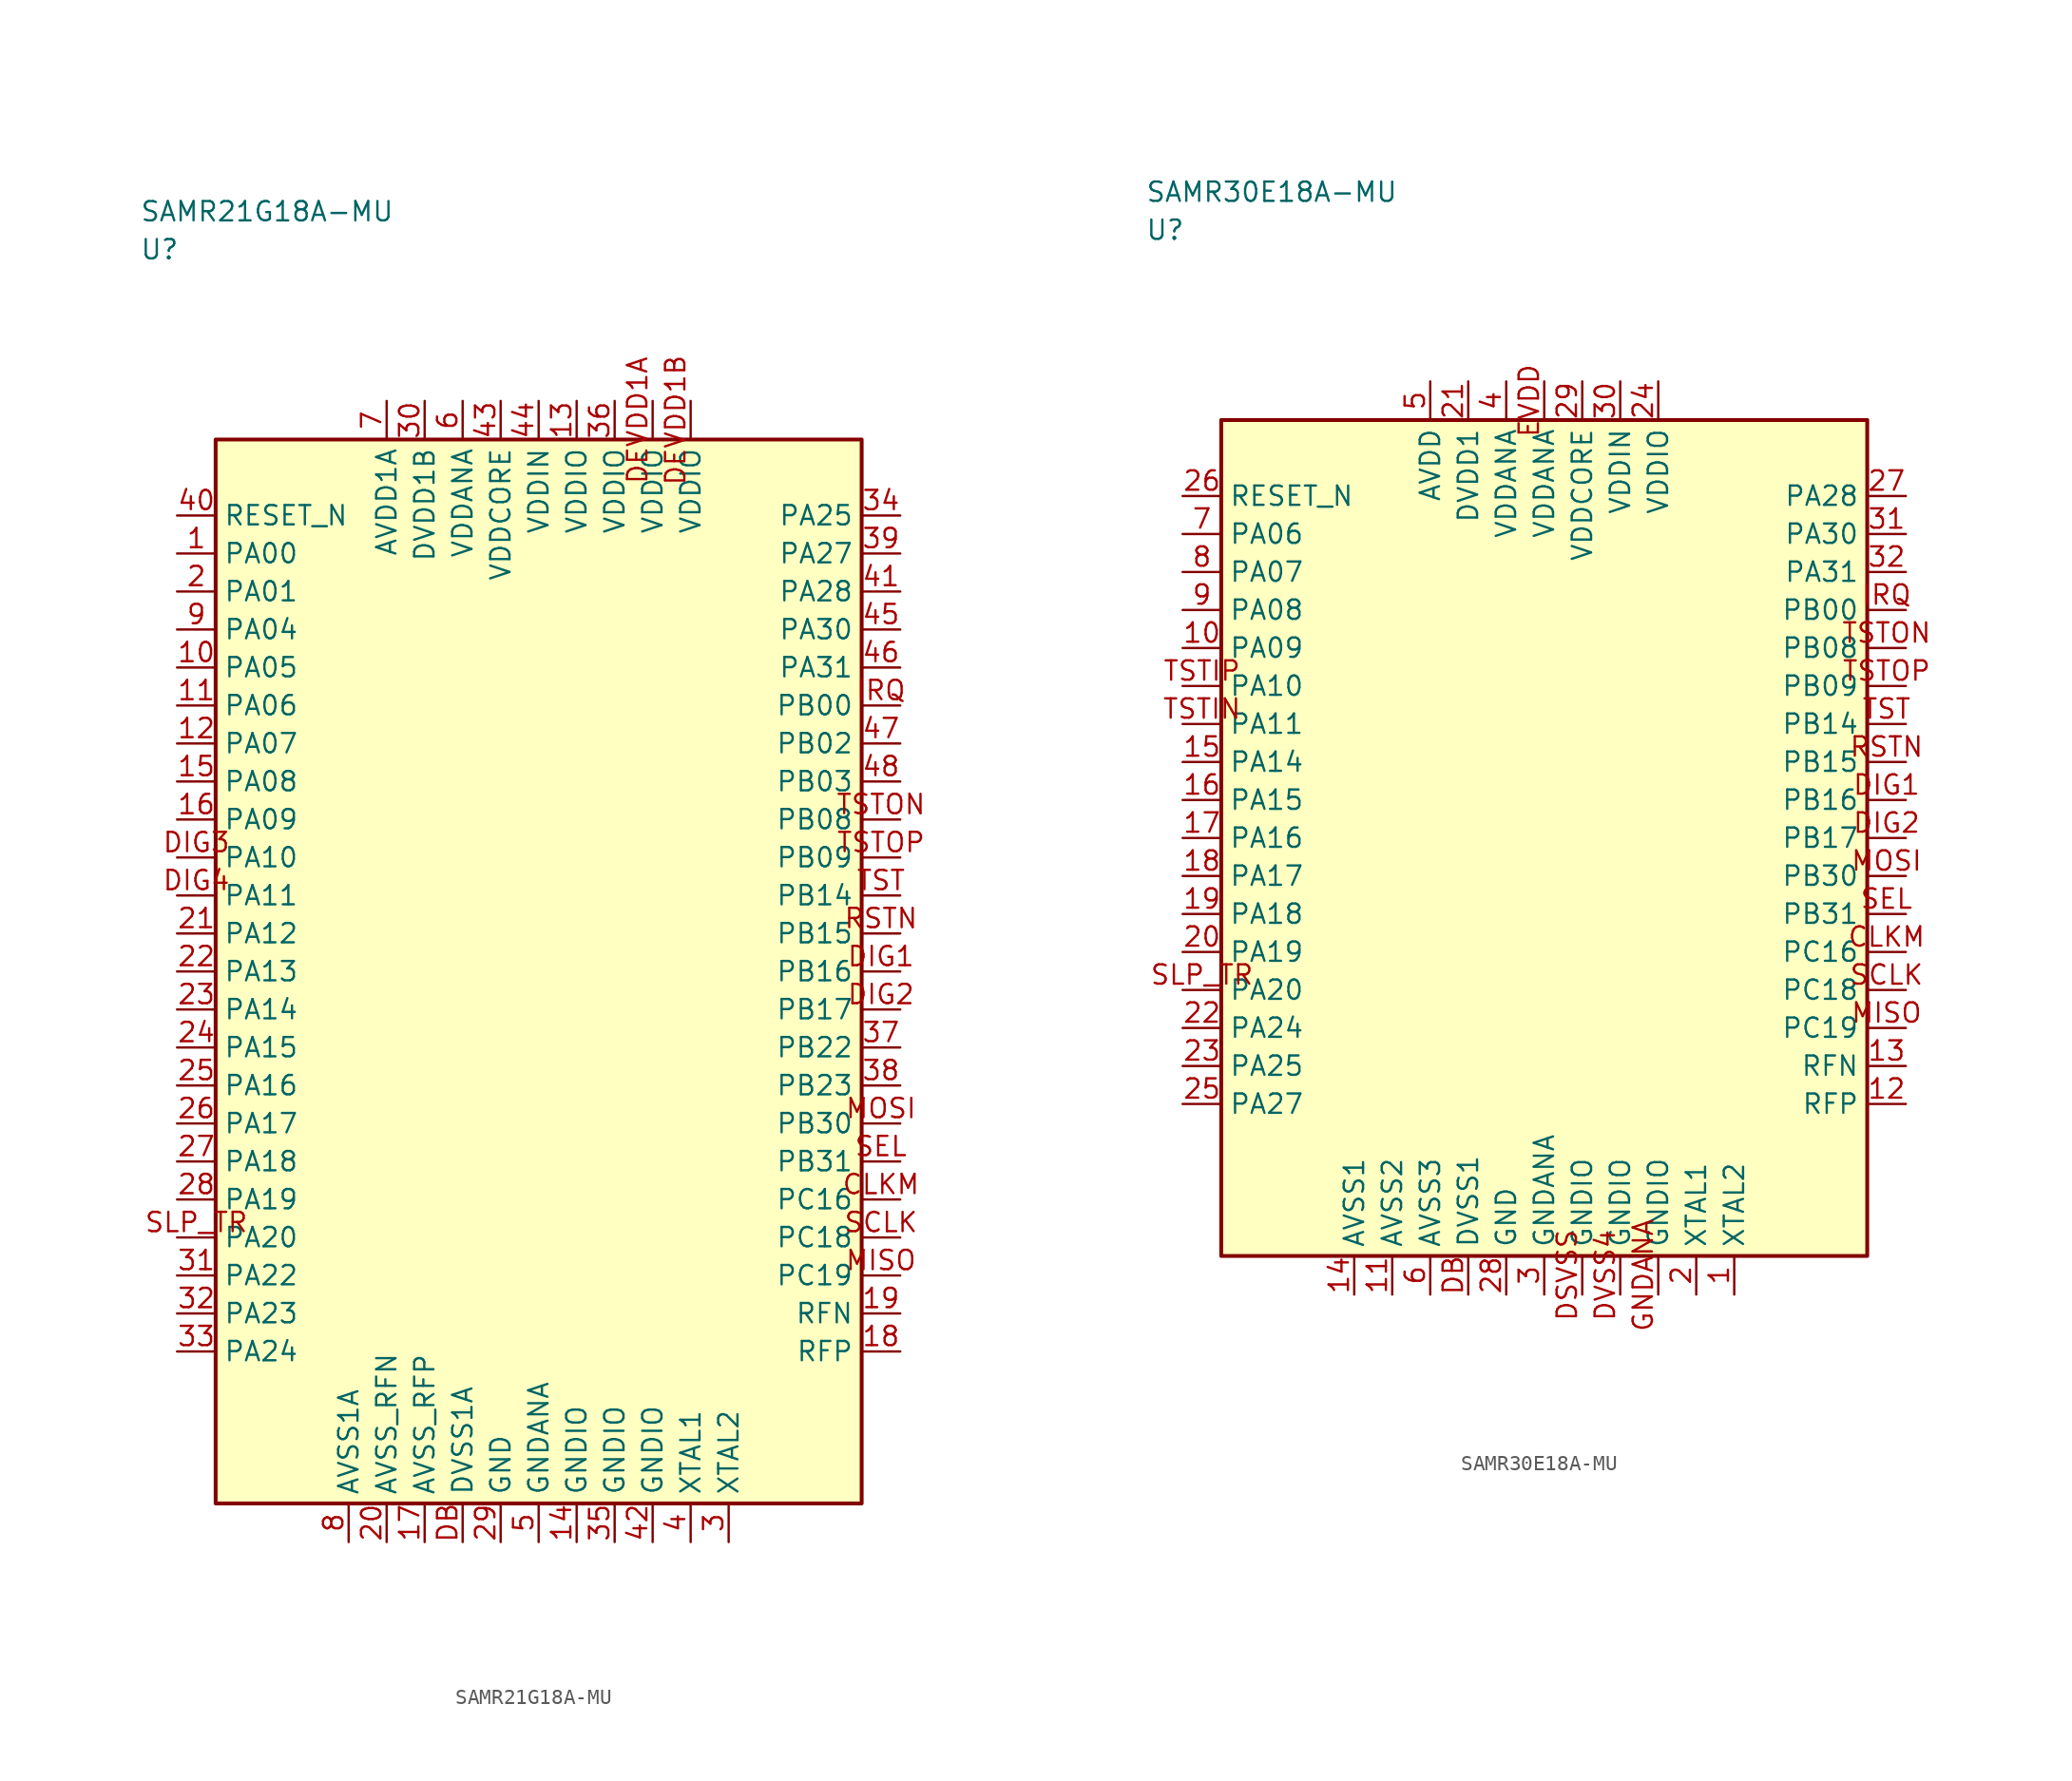
<source format=kicad_sym>
(kicad_symbol_lib
  (version 20241025)
  (generator "kicad_symbol_editor")
  (generator_version "8.0")
  (symbol "SAMR21G18A-MU"
    (property "Reference" "U"
      (at -26.25 47.5 0)
      (effects (font (size 1.27 1.27)) (justify left)))
    (property "Value" "SAMR21G18A-MU"
      (at -26.25 50.0 0)
      (effects (font (size 1.27 1.27)) (justify left)))
    (symbol "SAMR21G18A-MU_0_1"
      (rectangle (start -21.25 35.0) (end 21.25 -35.0) (stroke (width 0.254) (type default)) (fill (type background))))
    (symbol "SAMR21G18A-MU_1_1"
      (pin bidirectional line (at -23.79 27.5 0.0) (length 2.54) (name "PA00" (effects (font (size 1.27 1.27)))) (number "1" (effects (font (size 1.27 1.27)))))
      (pin bidirectional line (at -23.79 25.0 0.0) (length 2.54) (name "PA01" (effects (font (size 1.27 1.27)))) (number "2" (effects (font (size 1.27 1.27)))))
      (pin passive line (at 12.5 -37.54 90.0) (length 2.54) (name "XTAL2" (effects (font (size 1.27 1.27)))) (number "3" (effects (font (size 1.27 1.27)))))
      (pin passive line (at 10.0 -37.54 90.0) (length 2.54) (name "XTAL1" (effects (font (size 1.27 1.27)))) (number "4" (effects (font (size 1.27 1.27)))))
      (pin passive line (at 0.0 -37.54 90.0) (length 2.54) (name "GNDANA" (effects (font (size 1.27 1.27)))) (number "5" (effects (font (size 1.27 1.27)))))
      (pin power_in line (at -5.0 37.54 270.0) (length 2.54) (name "VDDANA" (effects (font (size 1.27 1.27)))) (number "6" (effects (font (size 1.27 1.27)))))
      (pin power_in line (at -10.0 37.54 270.0) (length 2.54) (name "AVDD1A" (effects (font (size 1.27 1.27)))) (number "7" (effects (font (size 1.27 1.27)))))
      (pin passive line (at -12.5 -37.54 90.0) (length 2.54) (name "AVSS1A" (effects (font (size 1.27 1.27)))) (number "8" (effects (font (size 1.27 1.27)))))
      (pin bidirectional line (at -23.79 22.5 0.0) (length 2.54) (name "PA04" (effects (font (size 1.27 1.27)))) (number "9" (effects (font (size 1.27 1.27)))))
      (pin bidirectional line (at -23.79 20.0 0.0) (length 2.54) (name "PA05" (effects (font (size 1.27 1.27)))) (number "10" (effects (font (size 1.27 1.27)))))
      (pin bidirectional line (at -23.79 17.5 0.0) (length 2.54) (name "PA06" (effects (font (size 1.27 1.27)))) (number "11" (effects (font (size 1.27 1.27)))))
      (pin bidirectional line (at -23.79 15.0 0.0) (length 2.54) (name "PA07" (effects (font (size 1.27 1.27)))) (number "12" (effects (font (size 1.27 1.27)))))
      (pin power_in line (at 2.5 37.54 270.0) (length 2.54) (name "VDDIO" (effects (font (size 1.27 1.27)))) (number "13" (effects (font (size 1.27 1.27)))))
      (pin passive line (at 2.5 -37.54 90.0) (length 2.54) (name "GNDIO" (effects (font (size 1.27 1.27)))) (number "14" (effects (font (size 1.27 1.27)))))
      (pin bidirectional line (at -23.79 12.5 0.0) (length 2.54) (name "PA08" (effects (font (size 1.27 1.27)))) (number "15" (effects (font (size 1.27 1.27)))))
      (pin bidirectional line (at -23.79 10.0 0.0) (length 2.54) (name "PA09" (effects (font (size 1.27 1.27)))) (number "16" (effects (font (size 1.27 1.27)))))
      (pin passive line (at -7.5 -37.54 90.0) (length 2.54) (name "AVSS_RFP" (effects (font (size 1.27 1.27)))) (number "17" (effects (font (size 1.27 1.27)))))
      (pin bidirectional line (at 23.79 -25.0 180.0) (length 2.54) (name "RFP" (effects (font (size 1.27 1.27)))) (number "18" (effects (font (size 1.27 1.27)))))
      (pin bidirectional line (at 23.79 -22.5 180.0) (length 2.54) (name "RFN" (effects (font (size 1.27 1.27)))) (number "19" (effects (font (size 1.27 1.27)))))
      (pin passive line (at -10.0 -37.54 90.0) (length 2.54) (name "AVSS_RFN" (effects (font (size 1.27 1.27)))) (number "20" (effects (font (size 1.27 1.27)))))
      (pin bidirectional line (at -23.79 2.5 0.0) (length 2.54) (name "PA12" (effects (font (size 1.27 1.27)))) (number "21" (effects (font (size 1.27 1.27)))))
      (pin bidirectional line (at -23.79 0.0 0.0) (length 2.54) (name "PA13" (effects (font (size 1.27 1.27)))) (number "22" (effects (font (size 1.27 1.27)))))
      (pin bidirectional line (at -23.79 -2.5 0.0) (length 2.54) (name "PA14" (effects (font (size 1.27 1.27)))) (number "23" (effects (font (size 1.27 1.27)))))
      (pin bidirectional line (at -23.79 -5.0 0.0) (length 2.54) (name "PA15" (effects (font (size 1.27 1.27)))) (number "24" (effects (font (size 1.27 1.27)))))
      (pin bidirectional line (at -23.79 -7.5 0.0) (length 2.54) (name "PA16" (effects (font (size 1.27 1.27)))) (number "25" (effects (font (size 1.27 1.27)))))
      (pin bidirectional line (at -23.79 -10.0 0.0) (length 2.54) (name "PA17" (effects (font (size 1.27 1.27)))) (number "26" (effects (font (size 1.27 1.27)))))
      (pin bidirectional line (at -23.79 -12.5 0.0) (length 2.54) (name "PA18" (effects (font (size 1.27 1.27)))) (number "27" (effects (font (size 1.27 1.27)))))
      (pin bidirectional line (at -23.79 -15.0 0.0) (length 2.54) (name "PA19" (effects (font (size 1.27 1.27)))) (number "28" (effects (font (size 1.27 1.27)))))
      (pin passive line (at -2.5 -37.54 90.0) (length 2.54) (name "GND" (effects (font (size 1.27 1.27)))) (number "29" (effects (font (size 1.27 1.27)))))
      (pin power_in line (at -7.5 37.54 270.0) (length 2.54) (name "DVDD1B" (effects (font (size 1.27 1.27)))) (number "30" (effects (font (size 1.27 1.27)))))
      (pin bidirectional line (at -23.79 -20.0 0.0) (length 2.54) (name "PA22" (effects (font (size 1.27 1.27)))) (number "31" (effects (font (size 1.27 1.27)))))
      (pin bidirectional line (at -23.79 -22.5 0.0) (length 2.54) (name "PA23" (effects (font (size 1.27 1.27)))) (number "32" (effects (font (size 1.27 1.27)))))
      (pin bidirectional line (at -23.79 -25.0 0.0) (length 2.54) (name "PA24" (effects (font (size 1.27 1.27)))) (number "33" (effects (font (size 1.27 1.27)))))
      (pin bidirectional line (at 23.79 30.0 180.0) (length 2.54) (name "PA25" (effects (font (size 1.27 1.27)))) (number "34" (effects (font (size 1.27 1.27)))))
      (pin passive line (at 5.0 -37.54 90.0) (length 2.54) (name "GNDIO" (effects (font (size 1.27 1.27)))) (number "35" (effects (font (size 1.27 1.27)))))
      (pin power_in line (at 5.0 37.54 270.0) (length 2.54) (name "VDDIO" (effects (font (size 1.27 1.27)))) (number "36" (effects (font (size 1.27 1.27)))))
      (pin bidirectional line (at 23.79 -5.0 180.0) (length 2.54) (name "PB22" (effects (font (size 1.27 1.27)))) (number "37" (effects (font (size 1.27 1.27)))))
      (pin bidirectional line (at 23.79 -7.5 180.0) (length 2.54) (name "PB23" (effects (font (size 1.27 1.27)))) (number "38" (effects (font (size 1.27 1.27)))))
      (pin bidirectional line (at 23.79 27.5 180.0) (length 2.54) (name "PA27" (effects (font (size 1.27 1.27)))) (number "39" (effects (font (size 1.27 1.27)))))
      (pin input line (at -23.79 30.0 0.0) (length 2.54) (name "RESET_N" (effects (font (size 1.27 1.27)))) (number "40" (effects (font (size 1.27 1.27)))))
      (pin bidirectional line (at 23.79 25.0 180.0) (length 2.54) (name "PA28" (effects (font (size 1.27 1.27)))) (number "41" (effects (font (size 1.27 1.27)))))
      (pin passive line (at 7.5 -37.54 90.0) (length 2.54) (name "GNDIO" (effects (font (size 1.27 1.27)))) (number "42" (effects (font (size 1.27 1.27)))))
      (pin power_in line (at -2.5 37.54 270.0) (length 2.54) (name "VDDCORE" (effects (font (size 1.27 1.27)))) (number "43" (effects (font (size 1.27 1.27)))))
      (pin power_in line (at 0.0 37.54 270.0) (length 2.54) (name "VDDIN" (effects (font (size 1.27 1.27)))) (number "44" (effects (font (size 1.27 1.27)))))
      (pin bidirectional line (at 23.79 22.5 180.0) (length 2.54) (name "PA30" (effects (font (size 1.27 1.27)))) (number "45" (effects (font (size 1.27 1.27)))))
      (pin bidirectional line (at 23.79 20.0 180.0) (length 2.54) (name "PA31" (effects (font (size 1.27 1.27)))) (number "46" (effects (font (size 1.27 1.27)))))
      (pin bidirectional line (at 23.79 15.0 180.0) (length 2.54) (name "PB02" (effects (font (size 1.27 1.27)))) (number "47" (effects (font (size 1.27 1.27)))))
      (pin bidirectional line (at 23.79 12.5 180.0) (length 2.54) (name "PB03" (effects (font (size 1.27 1.27)))) (number "48" (effects (font (size 1.27 1.27)))))
      (pin bidirectional line (at 23.79 -15.0 180.0) (length 2.54) (name "PC16" (effects (font (size 1.27 1.27)))) (number "CLKM" (effects (font (size 1.27 1.27)))))
      (pin passive line (at -5.0 -37.54 90.0) (length 2.54) (name "DVSS1A" (effects (font (size 1.27 1.27)))) (number "DB" (effects (font (size 1.27 1.27)))))
      (pin power_in line (at 7.5 37.54 270.0) (length 2.54) (name "VDDIO" (effects (font (size 1.27 1.27)))) (number "DEVDD1A" (effects (font (size 1.27 1.27)))))
      (pin power_in line (at 10.0 37.54 270.0) (length 2.54) (name "VDDIO" (effects (font (size 1.27 1.27)))) (number "DEVDD1B" (effects (font (size 1.27 1.27)))))
      (pin bidirectional line (at 23.79 0.0 180.0) (length 2.54) (name "PB16" (effects (font (size 1.27 1.27)))) (number "DIG1" (effects (font (size 1.27 1.27)))))
      (pin bidirectional line (at 23.79 -2.5 180.0) (length 2.54) (name "PB17" (effects (font (size 1.27 1.27)))) (number "DIG2" (effects (font (size 1.27 1.27)))))
      (pin bidirectional line (at -23.79 7.5 0.0) (length 2.54) (name "PA10" (effects (font (size 1.27 1.27)))) (number "DIG3" (effects (font (size 1.27 1.27)))))
      (pin bidirectional line (at -23.79 5.0 0.0) (length 2.54) (name "PA11" (effects (font (size 1.27 1.27)))) (number "DIG4" (effects (font (size 1.27 1.27)))))
      (pin bidirectional line (at 23.79 17.5 180.0) (length 2.54) (name "PB00" (effects (font (size 1.27 1.27)))) (number "IRQ" (effects (font (size 1.27 1.27)))))
      (pin bidirectional line (at 23.79 -20.0 180.0) (length 2.54) (name "PC19" (effects (font (size 1.27 1.27)))) (number "MISO" (effects (font (size 1.27 1.27)))))
      (pin bidirectional line (at 23.79 -10.0 180.0) (length 2.54) (name "PB30" (effects (font (size 1.27 1.27)))) (number "MOSI" (effects (font (size 1.27 1.27)))))
      (pin bidirectional line (at 23.79 2.5 180.0) (length 2.54) (name "PB15" (effects (font (size 1.27 1.27)))) (number "RSTN" (effects (font (size 1.27 1.27)))))
      (pin bidirectional line (at 23.79 -17.5 180.0) (length 2.54) (name "PC18" (effects (font (size 1.27 1.27)))) (number "SCLK" (effects (font (size 1.27 1.27)))))
      (pin bidirectional line (at 23.79 -12.5 180.0) (length 2.54) (name "PB31" (effects (font (size 1.27 1.27)))) (number "SEL" (effects (font (size 1.27 1.27)))))
      (pin bidirectional line (at -23.79 -17.5 0.0) (length 2.54) (name "PA20" (effects (font (size 1.27 1.27)))) (number "SLP_TR" (effects (font (size 1.27 1.27)))))
      (pin bidirectional line (at 23.79 5.0 180.0) (length 2.54) (name "PB14" (effects (font (size 1.27 1.27)))) (number "TST" (effects (font (size 1.27 1.27)))))
      (pin bidirectional line (at 23.79 10.0 180.0) (length 2.54) (name "PB08" (effects (font (size 1.27 1.27)))) (number "TSTON" (effects (font (size 1.27 1.27)))))
      (pin bidirectional line (at 23.79 7.5 180.0) (length 2.54) (name "PB09" (effects (font (size 1.27 1.27)))) (number "TSTOP" (effects (font (size 1.27 1.27)))))))
  (symbol "SAMR30E18A-MU"
    (property "Reference" "U"
      (at -26.25 40.0 0)
      (effects (font (size 1.27 1.27)) (justify left)))
    (property "Value" "SAMR30E18A-MU"
      (at -26.25 42.5 0)
      (effects (font (size 1.27 1.27)) (justify left)))
    (symbol "SAMR30E18A-MU_0_1"
      (rectangle (start -21.25 27.5) (end 21.25 -27.5) (stroke (width 0.254) (type default)) (fill (type background))))
    (symbol "SAMR30E18A-MU_1_1"
      (pin passive line (at 12.5 -30.04 90.0) (length 2.54) (name "XTAL2" (effects (font (size 1.27 1.27)))) (number "1" (effects (font (size 1.27 1.27)))))
      (pin passive line (at 10.0 -30.04 90.0) (length 2.54) (name "XTAL1" (effects (font (size 1.27 1.27)))) (number "2" (effects (font (size 1.27 1.27)))))
      (pin passive line (at 0.0 -30.04 90.0) (length 2.54) (name "GNDANA" (effects (font (size 1.27 1.27)))) (number "3" (effects (font (size 1.27 1.27)))))
      (pin power_in line (at -2.5 30.04 270.0) (length 2.54) (name "VDDANA" (effects (font (size 1.27 1.27)))) (number "4" (effects (font (size 1.27 1.27)))))
      (pin power_in line (at -7.5 30.04 270.0) (length 2.54) (name "AVDD" (effects (font (size 1.27 1.27)))) (number "5" (effects (font (size 1.27 1.27)))))
      (pin passive line (at -7.5 -30.04 90.0) (length 2.54) (name "AVSS3" (effects (font (size 1.27 1.27)))) (number "6" (effects (font (size 1.27 1.27)))))
      (pin bidirectional line (at -23.79 20.0 0.0) (length 2.54) (name "PA06" (effects (font (size 1.27 1.27)))) (number "7" (effects (font (size 1.27 1.27)))))
      (pin bidirectional line (at -23.79 17.5 0.0) (length 2.54) (name "PA07" (effects (font (size 1.27 1.27)))) (number "8" (effects (font (size 1.27 1.27)))))
      (pin bidirectional line (at -23.79 15.0 0.0) (length 2.54) (name "PA08" (effects (font (size 1.27 1.27)))) (number "9" (effects (font (size 1.27 1.27)))))
      (pin bidirectional line (at -23.79 12.5 0.0) (length 2.54) (name "PA09" (effects (font (size 1.27 1.27)))) (number "10" (effects (font (size 1.27 1.27)))))
      (pin passive line (at -10.0 -30.04 90.0) (length 2.54) (name "AVSS2" (effects (font (size 1.27 1.27)))) (number "11" (effects (font (size 1.27 1.27)))))
      (pin bidirectional line (at 23.79 -17.5 180.0) (length 2.54) (name "RFP" (effects (font (size 1.27 1.27)))) (number "12" (effects (font (size 1.27 1.27)))))
      (pin bidirectional line (at 23.79 -15.0 180.0) (length 2.54) (name "RFN" (effects (font (size 1.27 1.27)))) (number "13" (effects (font (size 1.27 1.27)))))
      (pin passive line (at -12.5 -30.04 90.0) (length 2.54) (name "AVSS1" (effects (font (size 1.27 1.27)))) (number "14" (effects (font (size 1.27 1.27)))))
      (pin bidirectional line (at -23.79 5.0 0.0) (length 2.54) (name "PA14" (effects (font (size 1.27 1.27)))) (number "15" (effects (font (size 1.27 1.27)))))
      (pin bidirectional line (at -23.79 2.5 0.0) (length 2.54) (name "PA15" (effects (font (size 1.27 1.27)))) (number "16" (effects (font (size 1.27 1.27)))))
      (pin bidirectional line (at -23.79 0.0 0.0) (length 2.54) (name "PA16" (effects (font (size 1.27 1.27)))) (number "17" (effects (font (size 1.27 1.27)))))
      (pin bidirectional line (at -23.79 -2.5 0.0) (length 2.54) (name "PA17" (effects (font (size 1.27 1.27)))) (number "18" (effects (font (size 1.27 1.27)))))
      (pin bidirectional line (at -23.79 -5.0 0.0) (length 2.54) (name "PA18" (effects (font (size 1.27 1.27)))) (number "19" (effects (font (size 1.27 1.27)))))
      (pin bidirectional line (at -23.79 -7.5 0.0) (length 2.54) (name "PA19" (effects (font (size 1.27 1.27)))) (number "20" (effects (font (size 1.27 1.27)))))
      (pin power_in line (at -5.0 30.04 270.0) (length 2.54) (name "DVDD1" (effects (font (size 1.27 1.27)))) (number "21" (effects (font (size 1.27 1.27)))))
      (pin bidirectional line (at -23.79 -12.5 0.0) (length 2.54) (name "PA24" (effects (font (size 1.27 1.27)))) (number "22" (effects (font (size 1.27 1.27)))))
      (pin bidirectional line (at -23.79 -15.0 0.0) (length 2.54) (name "PA25" (effects (font (size 1.27 1.27)))) (number "23" (effects (font (size 1.27 1.27)))))
      (pin power_in line (at 7.5 30.04 270.0) (length 2.54) (name "VDDIO" (effects (font (size 1.27 1.27)))) (number "24" (effects (font (size 1.27 1.27)))))
      (pin bidirectional line (at -23.79 -17.5 0.0) (length 2.54) (name "PA27" (effects (font (size 1.27 1.27)))) (number "25" (effects (font (size 1.27 1.27)))))
      (pin input line (at -23.79 22.5 0.0) (length 2.54) (name "RESET_N" (effects (font (size 1.27 1.27)))) (number "26" (effects (font (size 1.27 1.27)))))
      (pin bidirectional line (at 23.79 22.5 180.0) (length 2.54) (name "PA28" (effects (font (size 1.27 1.27)))) (number "27" (effects (font (size 1.27 1.27)))))
      (pin passive line (at -2.5 -30.04 90.0) (length 2.54) (name "GND" (effects (font (size 1.27 1.27)))) (number "28" (effects (font (size 1.27 1.27)))))
      (pin power_in line (at 2.5 30.04 270.0) (length 2.54) (name "VDDCORE" (effects (font (size 1.27 1.27)))) (number "29" (effects (font (size 1.27 1.27)))))
      (pin power_in line (at 5.0 30.04 270.0) (length 2.54) (name "VDDIN" (effects (font (size 1.27 1.27)))) (number "30" (effects (font (size 1.27 1.27)))))
      (pin bidirectional line (at 23.79 20.0 180.0) (length 2.54) (name "PA30" (effects (font (size 1.27 1.27)))) (number "31" (effects (font (size 1.27 1.27)))))
      (pin bidirectional line (at 23.79 17.5 180.0) (length 2.54) (name "PA31" (effects (font (size 1.27 1.27)))) (number "32" (effects (font (size 1.27 1.27)))))
      (pin bidirectional line (at 23.79 -7.5 180.0) (length 2.54) (name "PC16" (effects (font (size 1.27 1.27)))) (number "CLKM" (effects (font (size 1.27 1.27)))))
      (pin passive line (at -5.0 -30.04 90.0) (length 2.54) (name "DVSS1" (effects (font (size 1.27 1.27)))) (number "DB" (effects (font (size 1.27 1.27)))))
      (pin bidirectional line (at 23.79 2.5 180.0) (length 2.54) (name "PB16" (effects (font (size 1.27 1.27)))) (number "DIG1" (effects (font (size 1.27 1.27)))))
      (pin bidirectional line (at 23.79 0.0 180.0) (length 2.54) (name "PB17" (effects (font (size 1.27 1.27)))) (number "DIG2" (effects (font (size 1.27 1.27)))))
      (pin passive line (at 2.5 -30.04 90.0) (length 2.54) (name "GNDIO" (effects (font (size 1.27 1.27)))) (number "DSVSS" (effects (font (size 1.27 1.27)))))
      (pin passive line (at 5.0 -30.04 90.0) (length 2.54) (name "GNDIO" (effects (font (size 1.27 1.27)))) (number "DVSS4" (effects (font (size 1.27 1.27)))))
      (pin power_in line (at 0.0 30.04 270.0) (length 2.54) (name "VDDANA" (effects (font (size 1.27 1.27)))) (number "EVDD" (effects (font (size 1.27 1.27)))))
      (pin passive line (at 7.5 -30.04 90.0) (length 2.54) (name "GNDIO" (effects (font (size 1.27 1.27)))) (number "GNDANA" (effects (font (size 1.27 1.27)))))
      (pin bidirectional line (at 23.79 15.0 180.0) (length 2.54) (name "PB00" (effects (font (size 1.27 1.27)))) (number "IRQ" (effects (font (size 1.27 1.27)))))
      (pin bidirectional line (at 23.79 -12.5 180.0) (length 2.54) (name "PC19" (effects (font (size 1.27 1.27)))) (number "MISO" (effects (font (size 1.27 1.27)))))
      (pin bidirectional line (at 23.79 -2.5 180.0) (length 2.54) (name "PB30" (effects (font (size 1.27 1.27)))) (number "MOSI" (effects (font (size 1.27 1.27)))))
      (pin bidirectional line (at 23.79 5.0 180.0) (length 2.54) (name "PB15" (effects (font (size 1.27 1.27)))) (number "RSTN" (effects (font (size 1.27 1.27)))))
      (pin bidirectional line (at 23.79 -10.0 180.0) (length 2.54) (name "PC18" (effects (font (size 1.27 1.27)))) (number "SCLK" (effects (font (size 1.27 1.27)))))
      (pin bidirectional line (at 23.79 -5.0 180.0) (length 2.54) (name "PB31" (effects (font (size 1.27 1.27)))) (number "SEL" (effects (font (size 1.27 1.27)))))
      (pin bidirectional line (at -23.79 -10.0 0.0) (length 2.54) (name "PA20" (effects (font (size 1.27 1.27)))) (number "SLP_TR" (effects (font (size 1.27 1.27)))))
      (pin bidirectional line (at 23.79 7.5 180.0) (length 2.54) (name "PB14" (effects (font (size 1.27 1.27)))) (number "TST" (effects (font (size 1.27 1.27)))))
      (pin bidirectional line (at -23.79 7.5 0.0) (length 2.54) (name "PA11" (effects (font (size 1.27 1.27)))) (number "TSTIN" (effects (font (size 1.27 1.27)))))
      (pin bidirectional line (at -23.79 10.0 0.0) (length 2.54) (name "PA10" (effects (font (size 1.27 1.27)))) (number "TSTIP" (effects (font (size 1.27 1.27)))))
      (pin bidirectional line (at 23.79 12.5 180.0) (length 2.54) (name "PB08" (effects (font (size 1.27 1.27)))) (number "TSTON" (effects (font (size 1.27 1.27)))))
      (pin bidirectional line (at 23.79 10.0 180.0) (length 2.54) (name "PB09" (effects (font (size 1.27 1.27)))) (number "TSTOP" (effects (font (size 1.27 1.27))))))))
</source>
